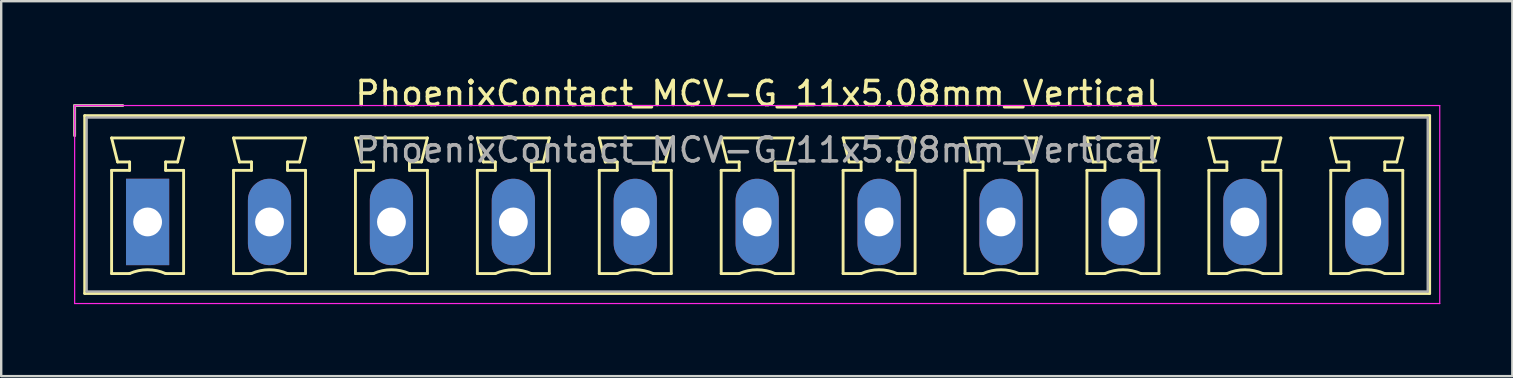
<source format=kicad_pcb>
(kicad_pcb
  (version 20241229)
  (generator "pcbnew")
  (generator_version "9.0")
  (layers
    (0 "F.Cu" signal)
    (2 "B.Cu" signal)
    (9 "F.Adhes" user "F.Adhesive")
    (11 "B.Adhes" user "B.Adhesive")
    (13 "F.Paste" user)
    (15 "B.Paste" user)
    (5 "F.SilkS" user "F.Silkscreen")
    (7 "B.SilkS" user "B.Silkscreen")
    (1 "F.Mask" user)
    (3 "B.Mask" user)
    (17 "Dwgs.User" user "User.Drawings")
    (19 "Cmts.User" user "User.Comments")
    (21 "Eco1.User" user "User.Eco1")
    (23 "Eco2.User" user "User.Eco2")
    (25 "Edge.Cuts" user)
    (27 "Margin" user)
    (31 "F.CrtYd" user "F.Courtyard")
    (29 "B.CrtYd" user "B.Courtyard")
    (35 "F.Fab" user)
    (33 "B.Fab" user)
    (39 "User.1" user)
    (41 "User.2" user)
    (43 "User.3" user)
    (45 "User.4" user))
  (footprint "PhoenixContact_MCV-G_11x5.08mm_Vertical"
    (layer "F.Cu")
    (at 3.1 6.198)
    (property "Reference" "PhoenixContact_MCV-G_11x5.08mm_Vertical" (at 25.4 -5.35 0) (layer "F.SilkS") (effects (font (size 1 1) (thickness 0.15))))
    (attr through_hole)
    (fp_line (start -3.04 -4.85) (end -1.04 -4.85) (stroke (width 0.12) (type solid)) (layer "F.SilkS"))
    (fp_line (start -3.04 -3.6) (end -3.04 -4.85) (stroke (width 0.12) (type solid)) (layer "F.SilkS"))
    (fp_line (start -2.62 -4.43) (end -2.62 2.98) (stroke (width 0.12) (type solid)) (layer "F.SilkS"))
    (fp_line (start -2.62 2.98) (end 53.42 2.98) (stroke (width 0.12) (type solid)) (layer "F.SilkS"))
    (fp_line (start -1.5 -3.5) (end 1.5 -3.5) (stroke (width 0.12) (type solid)) (layer "F.SilkS"))
    (fp_line (start -1.5 -2.15) (end -0.75 -2.15) (stroke (width 0.12) (type solid)) (layer "F.SilkS"))
    (fp_line (start -1.5 2.15) (end -1.5 -2.15) (stroke (width 0.12) (type solid)) (layer "F.SilkS"))
    (fp_line (start -1.25 -2.5) (end -1.5 -3.5) (stroke (width 0.12) (type solid)) (layer "F.SilkS"))
    (fp_line (start -0.75 -2.5) (end -1.25 -2.5) (stroke (width 0.12) (type solid)) (layer "F.SilkS"))
    (fp_line (start -0.75 -2.15) (end -0.75 -2.5) (stroke (width 0.12) (type solid)) (layer "F.SilkS"))
    (fp_line (start -0.75 2.15) (end -1.5 2.15) (stroke (width 0.12) (type solid)) (layer "F.SilkS"))
    (fp_line (start 0.75 -2.5) (end 0.75 -2.15) (stroke (width 0.12) (type solid)) (layer "F.SilkS"))
    (fp_line (start 0.75 -2.15) (end 1.5 -2.15) (stroke (width 0.12) (type solid)) (layer "F.SilkS"))
    (fp_line (start 1.25 -2.5) (end 0.75 -2.5) (stroke (width 0.12) (type solid)) (layer "F.SilkS"))
    (fp_line (start 1.5 -3.5) (end 1.25 -2.5) (stroke (width 0.12) (type solid)) (layer "F.SilkS"))
    (fp_line (start 1.5 -2.15) (end 1.5 2.15) (stroke (width 0.12) (type solid)) (layer "F.SilkS"))
    (fp_line (start 1.5 2.15) (end 0.75 2.15) (stroke (width 0.12) (type solid)) (layer "F.SilkS"))
    (fp_line (start 3.58 -3.5) (end 6.58 -3.5) (stroke (width 0.12) (type solid)) (layer "F.SilkS"))
    (fp_line (start 3.58 -2.15) (end 4.33 -2.15) (stroke (width 0.12) (type solid)) (layer "F.SilkS"))
    (fp_line (start 3.58 2.15) (end 3.58 -2.15) (stroke (width 0.12) (type solid)) (layer "F.SilkS"))
    (fp_line (start 3.83 -2.5) (end 3.58 -3.5) (stroke (width 0.12) (type solid)) (layer "F.SilkS"))
    (fp_line (start 4.33 -2.5) (end 3.83 -2.5) (stroke (width 0.12) (type solid)) (layer "F.SilkS"))
    (fp_line (start 4.33 -2.15) (end 4.33 -2.5) (stroke (width 0.12) (type solid)) (layer "F.SilkS"))
    (fp_line (start 4.33 2.15) (end 3.58 2.15) (stroke (width 0.12) (type solid)) (layer "F.SilkS"))
    (fp_line (start 5.83 -2.5) (end 5.83 -2.15) (stroke (width 0.12) (type solid)) (layer "F.SilkS"))
    (fp_line (start 5.83 -2.15) (end 6.58 -2.15) (stroke (width 0.12) (type solid)) (layer "F.SilkS"))
    (fp_line (start 6.33 -2.5) (end 5.83 -2.5) (stroke (width 0.12) (type solid)) (layer "F.SilkS"))
    (fp_line (start 6.58 -3.5) (end 6.33 -2.5) (stroke (width 0.12) (type solid)) (layer "F.SilkS"))
    (fp_line (start 6.58 -2.15) (end 6.58 2.15) (stroke (width 0.12) (type solid)) (layer "F.SilkS"))
    (fp_line (start 6.58 2.15) (end 5.83 2.15) (stroke (width 0.12) (type solid)) (layer "F.SilkS"))
    (fp_line (start 8.66 -3.5) (end 11.66 -3.5) (stroke (width 0.12) (type solid)) (layer "F.SilkS"))
    (fp_line (start 8.66 -2.15) (end 9.41 -2.15) (stroke (width 0.12) (type solid)) (layer "F.SilkS"))
    (fp_line (start 8.66 2.15) (end 8.66 -2.15) (stroke (width 0.12) (type solid)) (layer "F.SilkS"))
    (fp_line (start 8.91 -2.5) (end 8.66 -3.5) (stroke (width 0.12) (type solid)) (layer "F.SilkS"))
    (fp_line (start 9.41 -2.5) (end 8.91 -2.5) (stroke (width 0.12) (type solid)) (layer "F.SilkS"))
    (fp_line (start 9.41 -2.15) (end 9.41 -2.5) (stroke (width 0.12) (type solid)) (layer "F.SilkS"))
    (fp_line (start 9.41 2.15) (end 8.66 2.15) (stroke (width 0.12) (type solid)) (layer "F.SilkS"))
    (fp_line (start 10.91 -2.5) (end 10.91 -2.15) (stroke (width 0.12) (type solid)) (layer "F.SilkS"))
    (fp_line (start 10.91 -2.15) (end 11.66 -2.15) (stroke (width 0.12) (type solid)) (layer "F.SilkS"))
    (fp_line (start 11.41 -2.5) (end 10.91 -2.5) (stroke (width 0.12) (type solid)) (layer "F.SilkS"))
    (fp_line (start 11.66 -3.5) (end 11.41 -2.5) (stroke (width 0.12) (type solid)) (layer "F.SilkS"))
    (fp_line (start 11.66 -2.15) (end 11.66 2.15) (stroke (width 0.12) (type solid)) (layer "F.SilkS"))
    (fp_line (start 11.66 2.15) (end 10.91 2.15) (stroke (width 0.12) (type solid)) (layer "F.SilkS"))
    (fp_line (start 13.74 -3.5) (end 16.74 -3.5) (stroke (width 0.12) (type solid)) (layer "F.SilkS"))
    (fp_line (start 13.74 -2.15) (end 14.49 -2.15) (stroke (width 0.12) (type solid)) (layer "F.SilkS"))
    (fp_line (start 13.74 2.15) (end 13.74 -2.15) (stroke (width 0.12) (type solid)) (layer "F.SilkS"))
    (fp_line (start 13.99 -2.5) (end 13.74 -3.5) (stroke (width 0.12) (type solid)) (layer "F.SilkS"))
    (fp_line (start 14.49 -2.5) (end 13.99 -2.5) (stroke (width 0.12) (type solid)) (layer "F.SilkS"))
    (fp_line (start 14.49 -2.15) (end 14.49 -2.5) (stroke (width 0.12) (type solid)) (layer "F.SilkS"))
    (fp_line (start 14.49 2.15) (end 13.74 2.15) (stroke (width 0.12) (type solid)) (layer "F.SilkS"))
    (fp_line (start 15.99 -2.5) (end 15.99 -2.15) (stroke (width 0.12) (type solid)) (layer "F.SilkS"))
    (fp_line (start 15.99 -2.15) (end 16.74 -2.15) (stroke (width 0.12) (type solid)) (layer "F.SilkS"))
    (fp_line (start 16.49 -2.5) (end 15.99 -2.5) (stroke (width 0.12) (type solid)) (layer "F.SilkS"))
    (fp_line (start 16.74 -3.5) (end 16.49 -2.5) (stroke (width 0.12) (type solid)) (layer "F.SilkS"))
    (fp_line (start 16.74 -2.15) (end 16.74 2.15) (stroke (width 0.12) (type solid)) (layer "F.SilkS"))
    (fp_line (start 16.74 2.15) (end 15.99 2.15) (stroke (width 0.12) (type solid)) (layer "F.SilkS"))
    (fp_line (start 18.82 -3.5) (end 21.82 -3.5) (stroke (width 0.12) (type solid)) (layer "F.SilkS"))
    (fp_line (start 18.82 -2.15) (end 19.57 -2.15) (stroke (width 0.12) (type solid)) (layer "F.SilkS"))
    (fp_line (start 18.82 2.15) (end 18.82 -2.15) (stroke (width 0.12) (type solid)) (layer "F.SilkS"))
    (fp_line (start 19.07 -2.5) (end 18.82 -3.5) (stroke (width 0.12) (type solid)) (layer "F.SilkS"))
    (fp_line (start 19.57 -2.5) (end 19.07 -2.5) (stroke (width 0.12) (type solid)) (layer "F.SilkS"))
    (fp_line (start 19.57 -2.15) (end 19.57 -2.5) (stroke (width 0.12) (type solid)) (layer "F.SilkS"))
    (fp_line (start 19.57 2.15) (end 18.82 2.15) (stroke (width 0.12) (type solid)) (layer "F.SilkS"))
    (fp_line (start 21.07 -2.5) (end 21.07 -2.15) (stroke (width 0.12) (type solid)) (layer "F.SilkS"))
    (fp_line (start 21.07 -2.15) (end 21.82 -2.15) (stroke (width 0.12) (type solid)) (layer "F.SilkS"))
    (fp_line (start 21.57 -2.5) (end 21.07 -2.5) (stroke (width 0.12) (type solid)) (layer "F.SilkS"))
    (fp_line (start 21.82 -3.5) (end 21.57 -2.5) (stroke (width 0.12) (type solid)) (layer "F.SilkS"))
    (fp_line (start 21.82 -2.15) (end 21.82 2.15) (stroke (width 0.12) (type solid)) (layer "F.SilkS"))
    (fp_line (start 21.82 2.15) (end 21.07 2.15) (stroke (width 0.12) (type solid)) (layer "F.SilkS"))
    (fp_line (start 23.9 -3.5) (end 26.9 -3.5) (stroke (width 0.12) (type solid)) (layer "F.SilkS"))
    (fp_line (start 23.9 -2.15) (end 24.65 -2.15) (stroke (width 0.12) (type solid)) (layer "F.SilkS"))
    (fp_line (start 23.9 2.15) (end 23.9 -2.15) (stroke (width 0.12) (type solid)) (layer "F.SilkS"))
    (fp_line (start 24.15 -2.5) (end 23.9 -3.5) (stroke (width 0.12) (type solid)) (layer "F.SilkS"))
    (fp_line (start 24.65 -2.5) (end 24.15 -2.5) (stroke (width 0.12) (type solid)) (layer "F.SilkS"))
    (fp_line (start 24.65 -2.15) (end 24.65 -2.5) (stroke (width 0.12) (type solid)) (layer "F.SilkS"))
    (fp_line (start 24.65 2.15) (end 23.9 2.15) (stroke (width 0.12) (type solid)) (layer "F.SilkS"))
    (fp_line (start 26.15 -2.5) (end 26.15 -2.15) (stroke (width 0.12) (type solid)) (layer "F.SilkS"))
    (fp_line (start 26.15 -2.15) (end 26.9 -2.15) (stroke (width 0.12) (type solid)) (layer "F.SilkS"))
    (fp_line (start 26.65 -2.5) (end 26.15 -2.5) (stroke (width 0.12) (type solid)) (layer "F.SilkS"))
    (fp_line (start 26.9 -3.5) (end 26.65 -2.5) (stroke (width 0.12) (type solid)) (layer "F.SilkS"))
    (fp_line (start 26.9 -2.15) (end 26.9 2.15) (stroke (width 0.12) (type solid)) (layer "F.SilkS"))
    (fp_line (start 26.9 2.15) (end 26.15 2.15) (stroke (width 0.12) (type solid)) (layer "F.SilkS"))
    (fp_line (start 28.98 -3.5) (end 31.98 -3.5) (stroke (width 0.12) (type solid)) (layer "F.SilkS"))
    (fp_line (start 28.98 -2.15) (end 29.73 -2.15) (stroke (width 0.12) (type solid)) (layer "F.SilkS"))
    (fp_line (start 28.98 2.15) (end 28.98 -2.15) (stroke (width 0.12) (type solid)) (layer "F.SilkS"))
    (fp_line (start 29.23 -2.5) (end 28.98 -3.5) (stroke (width 0.12) (type solid)) (layer "F.SilkS"))
    (fp_line (start 29.73 -2.5) (end 29.23 -2.5) (stroke (width 0.12) (type solid)) (layer "F.SilkS"))
    (fp_line (start 29.73 -2.15) (end 29.73 -2.5) (stroke (width 0.12) (type solid)) (layer "F.SilkS"))
    (fp_line (start 29.73 2.15) (end 28.98 2.15) (stroke (width 0.12) (type solid)) (layer "F.SilkS"))
    (fp_line (start 31.23 -2.5) (end 31.23 -2.15) (stroke (width 0.12) (type solid)) (layer "F.SilkS"))
    (fp_line (start 31.23 -2.15) (end 31.98 -2.15) (stroke (width 0.12) (type solid)) (layer "F.SilkS"))
    (fp_line (start 31.73 -2.5) (end 31.23 -2.5) (stroke (width 0.12) (type solid)) (layer "F.SilkS"))
    (fp_line (start 31.98 -3.5) (end 31.73 -2.5) (stroke (width 0.12) (type solid)) (layer "F.SilkS"))
    (fp_line (start 31.98 -2.15) (end 31.98 2.15) (stroke (width 0.12) (type solid)) (layer "F.SilkS"))
    (fp_line (start 31.98 2.15) (end 31.23 2.15) (stroke (width 0.12) (type solid)) (layer "F.SilkS"))
    (fp_line (start 34.06 -3.5) (end 37.06 -3.5) (stroke (width 0.12) (type solid)) (layer "F.SilkS"))
    (fp_line (start 34.06 -2.15) (end 34.81 -2.15) (stroke (width 0.12) (type solid)) (layer "F.SilkS"))
    (fp_line (start 34.06 2.15) (end 34.06 -2.15) (stroke (width 0.12) (type solid)) (layer "F.SilkS"))
    (fp_line (start 34.31 -2.5) (end 34.06 -3.5) (stroke (width 0.12) (type solid)) (layer "F.SilkS"))
    (fp_line (start 34.81 -2.5) (end 34.31 -2.5) (stroke (width 0.12) (type solid)) (layer "F.SilkS"))
    (fp_line (start 34.81 -2.15) (end 34.81 -2.5) (stroke (width 0.12) (type solid)) (layer "F.SilkS"))
    (fp_line (start 34.81 2.15) (end 34.06 2.15) (stroke (width 0.12) (type solid)) (layer "F.SilkS"))
    (fp_line (start 36.31 -2.5) (end 36.31 -2.15) (stroke (width 0.12) (type solid)) (layer "F.SilkS"))
    (fp_line (start 36.31 -2.15) (end 37.06 -2.15) (stroke (width 0.12) (type solid)) (layer "F.SilkS"))
    (fp_line (start 36.81 -2.5) (end 36.31 -2.5) (stroke (width 0.12) (type solid)) (layer "F.SilkS"))
    (fp_line (start 37.06 -3.5) (end 36.81 -2.5) (stroke (width 0.12) (type solid)) (layer "F.SilkS"))
    (fp_line (start 37.06 -2.15) (end 37.06 2.15) (stroke (width 0.12) (type solid)) (layer "F.SilkS"))
    (fp_line (start 37.06 2.15) (end 36.31 2.15) (stroke (width 0.12) (type solid)) (layer "F.SilkS"))
    (fp_line (start 39.14 -3.5) (end 42.14 -3.5) (stroke (width 0.12) (type solid)) (layer "F.SilkS"))
    (fp_line (start 39.14 -2.15) (end 39.89 -2.15) (stroke (width 0.12) (type solid)) (layer "F.SilkS"))
    (fp_line (start 39.14 2.15) (end 39.14 -2.15) (stroke (width 0.12) (type solid)) (layer "F.SilkS"))
    (fp_line (start 39.39 -2.5) (end 39.14 -3.5) (stroke (width 0.12) (type solid)) (layer "F.SilkS"))
    (fp_line (start 39.89 -2.5) (end 39.39 -2.5) (stroke (width 0.12) (type solid)) (layer "F.SilkS"))
    (fp_line (start 39.89 -2.15) (end 39.89 -2.5) (stroke (width 0.12) (type solid)) (layer "F.SilkS"))
    (fp_line (start 39.89 2.15) (end 39.14 2.15) (stroke (width 0.12) (type solid)) (layer "F.SilkS"))
    (fp_line (start 41.39 -2.5) (end 41.39 -2.15) (stroke (width 0.12) (type solid)) (layer "F.SilkS"))
    (fp_line (start 41.39 -2.15) (end 42.14 -2.15) (stroke (width 0.12) (type solid)) (layer "F.SilkS"))
    (fp_line (start 41.89 -2.5) (end 41.39 -2.5) (stroke (width 0.12) (type solid)) (layer "F.SilkS"))
    (fp_line (start 42.14 -3.5) (end 41.89 -2.5) (stroke (width 0.12) (type solid)) (layer "F.SilkS"))
    (fp_line (start 42.14 -2.15) (end 42.14 2.15) (stroke (width 0.12) (type solid)) (layer "F.SilkS"))
    (fp_line (start 42.14 2.15) (end 41.39 2.15) (stroke (width 0.12) (type solid)) (layer "F.SilkS"))
    (fp_line (start 44.22 -3.5) (end 47.22 -3.5) (stroke (width 0.12) (type solid)) (layer "F.SilkS"))
    (fp_line (start 44.22 -2.15) (end 44.97 -2.15) (stroke (width 0.12) (type solid)) (layer "F.SilkS"))
    (fp_line (start 44.22 2.15) (end 44.22 -2.15) (stroke (width 0.12) (type solid)) (layer "F.SilkS"))
    (fp_line (start 44.47 -2.5) (end 44.22 -3.5) (stroke (width 0.12) (type solid)) (layer "F.SilkS"))
    (fp_line (start 44.97 -2.5) (end 44.47 -2.5) (stroke (width 0.12) (type solid)) (layer "F.SilkS"))
    (fp_line (start 44.97 -2.15) (end 44.97 -2.5) (stroke (width 0.12) (type solid)) (layer "F.SilkS"))
    (fp_line (start 44.97 2.15) (end 44.22 2.15) (stroke (width 0.12) (type solid)) (layer "F.SilkS"))
    (fp_line (start 46.47 -2.5) (end 46.47 -2.15) (stroke (width 0.12) (type solid)) (layer "F.SilkS"))
    (fp_line (start 46.47 -2.15) (end 47.22 -2.15) (stroke (width 0.12) (type solid)) (layer "F.SilkS"))
    (fp_line (start 46.97 -2.5) (end 46.47 -2.5) (stroke (width 0.12) (type solid)) (layer "F.SilkS"))
    (fp_line (start 47.22 -3.5) (end 46.97 -2.5) (stroke (width 0.12) (type solid)) (layer "F.SilkS"))
    (fp_line (start 47.22 -2.15) (end 47.22 2.15) (stroke (width 0.12) (type solid)) (layer "F.SilkS"))
    (fp_line (start 47.22 2.15) (end 46.47 2.15) (stroke (width 0.12) (type solid)) (layer "F.SilkS"))
    (fp_line (start 49.3 -3.5) (end 52.3 -3.5) (stroke (width 0.12) (type solid)) (layer "F.SilkS"))
    (fp_line (start 49.3 -2.15) (end 50.05 -2.15) (stroke (width 0.12) (type solid)) (layer "F.SilkS"))
    (fp_line (start 49.3 2.15) (end 49.3 -2.15) (stroke (width 0.12) (type solid)) (layer "F.SilkS"))
    (fp_line (start 49.55 -2.5) (end 49.3 -3.5) (stroke (width 0.12) (type solid)) (layer "F.SilkS"))
    (fp_line (start 50.05 -2.5) (end 49.55 -2.5) (stroke (width 0.12) (type solid)) (layer "F.SilkS"))
    (fp_line (start 50.05 -2.15) (end 50.05 -2.5) (stroke (width 0.12) (type solid)) (layer "F.SilkS"))
    (fp_line (start 50.05 2.15) (end 49.3 2.15) (stroke (width 0.12) (type solid)) (layer "F.SilkS"))
    (fp_line (start 51.55 -2.5) (end 51.55 -2.15) (stroke (width 0.12) (type solid)) (layer "F.SilkS"))
    (fp_line (start 51.55 -2.15) (end 52.3 -2.15) (stroke (width 0.12) (type solid)) (layer "F.SilkS"))
    (fp_line (start 52.05 -2.5) (end 51.55 -2.5) (stroke (width 0.12) (type solid)) (layer "F.SilkS"))
    (fp_line (start 52.3 -3.5) (end 52.05 -2.5) (stroke (width 0.12) (type solid)) (layer "F.SilkS"))
    (fp_line (start 52.3 -2.15) (end 52.3 2.15) (stroke (width 0.12) (type solid)) (layer "F.SilkS"))
    (fp_line (start 52.3 2.15) (end 51.55 2.15) (stroke (width 0.12) (type solid)) (layer "F.SilkS"))
    (fp_line (start 53.42 -4.43) (end -2.62 -4.43) (stroke (width 0.12) (type solid)) (layer "F.SilkS"))
    (fp_line (start 53.42 2.98) (end 53.42 -4.43) (stroke (width 0.12) (type solid)) (layer "F.SilkS"))
    (fp_arc (start -0.75 2.15) (mid -0.000193 1.99191) (end 0.749647 2.149844) (stroke (width 0.12) (type solid)) (layer "F.SilkS"))
    (fp_arc (start 4.33 2.15) (mid 5.079807 1.99191) (end 5.829647 2.149844) (stroke (width 0.12) (type solid)) (layer "F.SilkS"))
    (fp_arc (start 9.41 2.15) (mid 10.159807 1.99191) (end 10.909647 2.149844) (stroke (width 0.12) (type solid)) (layer "F.SilkS"))
    (fp_arc (start 14.49 2.15) (mid 15.239807 1.99191) (end 15.989647 2.149844) (stroke (width 0.12) (type solid)) (layer "F.SilkS"))
    (fp_arc (start 19.57 2.15) (mid 20.319807 1.99191) (end 21.069647 2.149844) (stroke (width 0.12) (type solid)) (layer "F.SilkS"))
    (fp_arc (start 24.65 2.15) (mid 25.399807 1.99191) (end 26.149647 2.149844) (stroke (width 0.12) (type solid)) (layer "F.SilkS"))
    (fp_arc (start 29.73 2.15) (mid 30.479807 1.99191) (end 31.229647 2.149844) (stroke (width 0.12) (type solid)) (layer "F.SilkS"))
    (fp_arc (start 34.81 2.15) (mid 35.559807 1.99191) (end 36.309647 2.149844) (stroke (width 0.12) (type solid)) (layer "F.SilkS"))
    (fp_arc (start 39.89 2.15) (mid 40.639807 1.99191) (end 41.389647 2.149844) (stroke (width 0.12) (type solid)) (layer "F.SilkS"))
    (fp_arc (start 44.97 2.15) (mid 45.719807 1.99191) (end 46.469647 2.149844) (stroke (width 0.12) (type solid)) (layer "F.SilkS"))
    (fp_arc (start 50.05 2.15) (mid 50.799807 1.99191) (end 51.549647 2.149844) (stroke (width 0.12) (type solid)) (layer "F.SilkS"))
    (fp_line (start -3.04 -4.85) (end -3.04 3.4) (stroke (width 0.05) (type solid)) (layer "F.CrtYd"))
    (fp_line (start -3.04 3.4) (end 53.84 3.4) (stroke (width 0.05) (type solid)) (layer "F.CrtYd"))
    (fp_line (start 53.84 -4.85) (end -3.04 -4.85) (stroke (width 0.05) (type solid)) (layer "F.CrtYd"))
    (fp_line (start 53.84 3.4) (end 53.84 -4.85) (stroke (width 0.05) (type solid)) (layer "F.CrtYd"))
    (fp_line (start -3.04 -4.85) (end -1.04 -4.85) (stroke (width 0.1) (type solid)) (layer "F.Fab"))
    (fp_line (start -3.04 -3.6) (end -3.04 -4.85) (stroke (width 0.1) (type solid)) (layer "F.Fab"))
    (fp_line (start -2.54 -4.35) (end -2.54 2.9) (stroke (width 0.1) (type solid)) (layer "F.Fab"))
    (fp_line (start -2.54 2.9) (end 53.34 2.9) (stroke (width 0.1) (type solid)) (layer "F.Fab"))
    (fp_line (start 53.34 -4.35) (end -2.54 -4.35) (stroke (width 0.1) (type solid)) (layer "F.Fab"))
    (fp_line (start 53.34 2.9) (end 53.34 -4.35) (stroke (width 0.1) (type solid)) (layer "F.Fab"))
    (fp_text user "${REFERENCE}" (at 25.4 -3 0) (layer "F.Fab") (effects (font (size 1 1) (thickness 0.15))))
    (pad "1" thru_hole rect (at 0 0) (size 1.8 3.6) (drill 1.2) (layers "*.Cu" "*.Mask"))
    (pad "2" thru_hole oval (at 5.08 0) (size 1.8 3.6) (drill 1.2) (layers "*.Cu" "*.Mask"))
    (pad "3" thru_hole oval (at 10.16 0) (size 1.8 3.6) (drill 1.2) (layers "*.Cu" "*.Mask"))
    (pad "4" thru_hole oval (at 15.24 0) (size 1.8 3.6) (drill 1.2) (layers "*.Cu" "*.Mask"))
    (pad "5" thru_hole oval (at 20.32 0) (size 1.8 3.6) (drill 1.2) (layers "*.Cu" "*.Mask"))
    (pad "6" thru_hole oval (at 25.4 0) (size 1.8 3.6) (drill 1.2) (layers "*.Cu" "*.Mask"))
    (pad "7" thru_hole oval (at 30.48 0) (size 1.8 3.6) (drill 1.2) (layers "*.Cu" "*.Mask"))
    (pad "8" thru_hole oval (at 35.56 0) (size 1.8 3.6) (drill 1.2) (layers "*.Cu" "*.Mask"))
    (pad "9" thru_hole oval (at 40.64 0) (size 1.8 3.6) (drill 1.2) (layers "*.Cu" "*.Mask"))
    (pad "10" thru_hole oval (at 45.72 0) (size 1.8 3.6) (drill 1.2) (layers "*.Cu" "*.Mask"))
    (pad "11" thru_hole oval (at 50.8 0) (size 1.8 3.6) (drill 1.2) (layers "*.Cu" "*.Mask")))
  (gr_rect
    (start -3 -3)
    (end 59.965 12.623)
    (stroke (width 0.1) (type default))
    (fill no)
    (layer "Edge.Cuts")))
</source>
